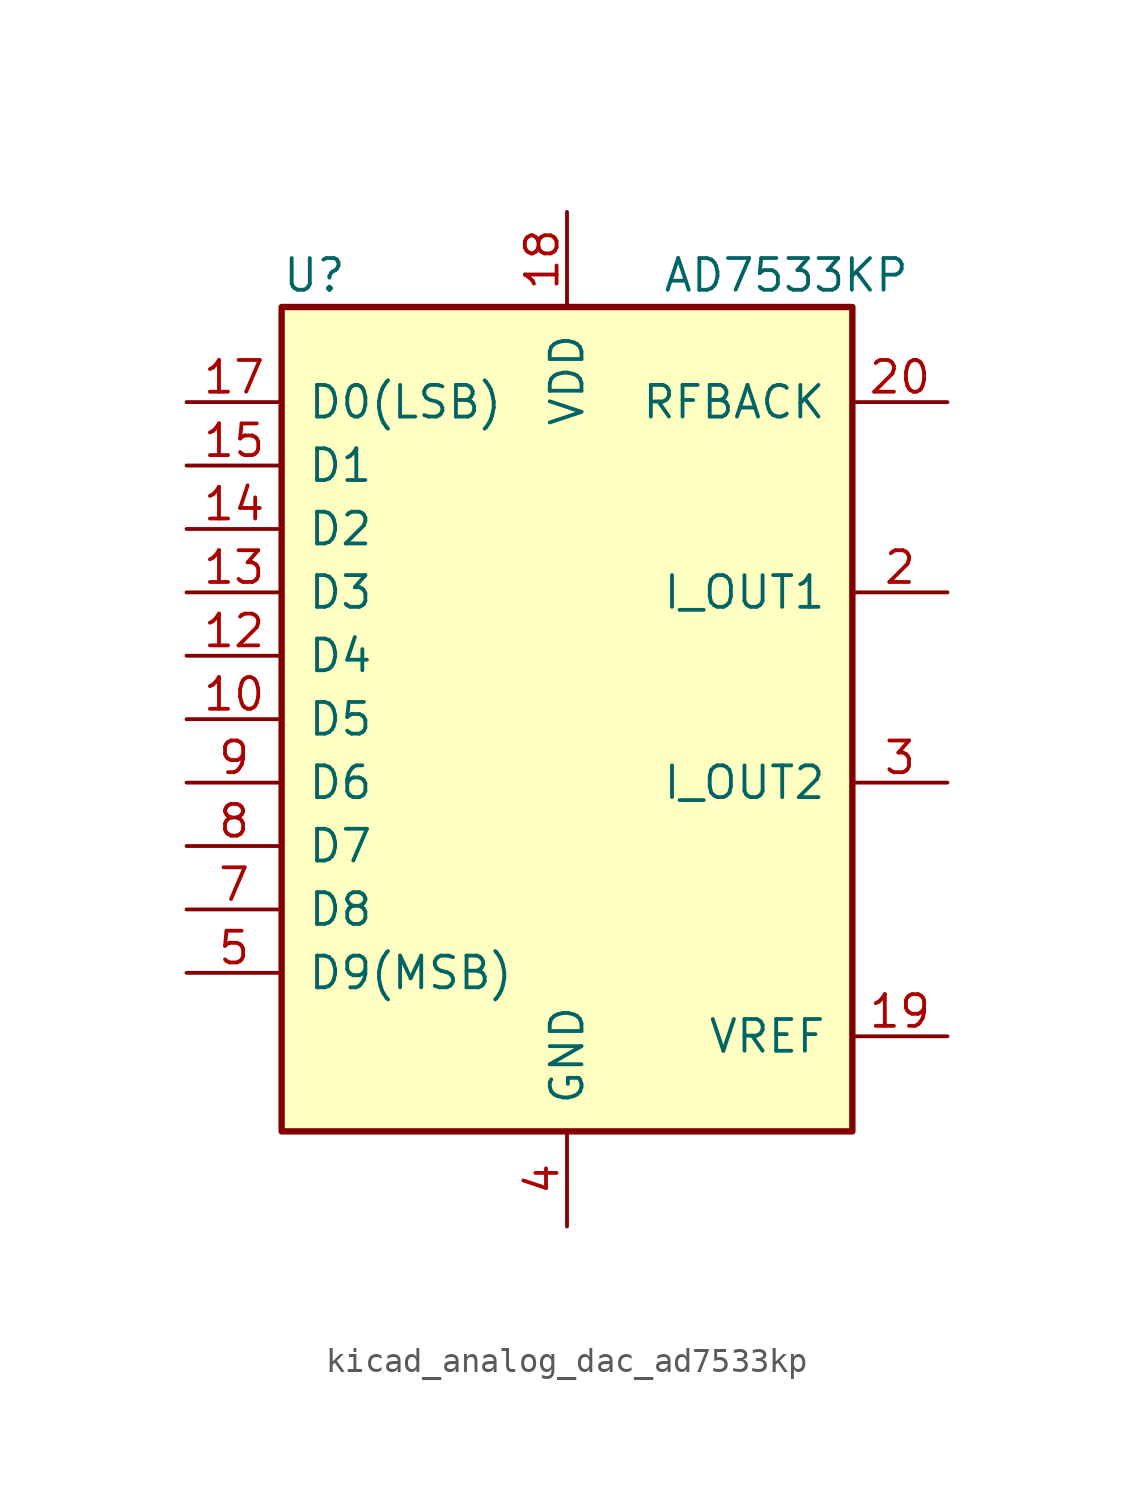
<source format=kicad_sym>
(kicad_symbol_lib
  (version 20220914)
  (generator kicad_symbol_editor)
  (symbol "kicad_analog_dac_ad7533kp"
    (pin_names
      (offset 1.016))
    (property "Reference" "U"
      (at -11.43 17.78 0)
      (effects (font (size 1.27 1.27)) (justify left)))
    (property "Value" "AD7533KP"
      (at 3.81 17.78 0)
      (effects (font (size 1.27 1.27)) (justify left)))
    (symbol "kicad_analog_dac_ad7533kp_0_1"
      (rectangle (start -11.43 -16.51) (end 11.43 16.51) (stroke (width 0.254) (type default)) (fill (type background))))
    (symbol "kicad_analog_dac_ad7533kp_1_1"
      (pin input line (at -15.24 0 0) (length 3.81) (name "D5" (effects (font (size 1.27 1.27)))) (number "10" (effects (font (size 1.27 1.27)))))
      (pin input line (at -15.24 2.54 0) (length 3.81) (name "D4" (effects (font (size 1.27 1.27)))) (number "12" (effects (font (size 1.27 1.27)))))
      (pin input line (at -15.24 5.08 0) (length 3.81) (name "D3" (effects (font (size 1.27 1.27)))) (number "13" (effects (font (size 1.27 1.27)))))
      (pin input line (at -15.24 7.62 0) (length 3.81) (name "D2" (effects (font (size 1.27 1.27)))) (number "14" (effects (font (size 1.27 1.27)))))
      (pin input line (at -15.24 10.16 0) (length 3.81) (name "D1" (effects (font (size 1.27 1.27)))) (number "15" (effects (font (size 1.27 1.27)))))
      (pin input line (at -15.24 12.7 0) (length 3.81) (name "D0(LSB)" (effects (font (size 1.27 1.27)))) (number "17" (effects (font (size 1.27 1.27)))))
      (pin power_in line (at 0 20.32 270) (length 3.81) (name "VDD" (effects (font (size 1.27 1.27)))) (number "18" (effects (font (size 1.27 1.27)))))
      (pin passive line (at 15.24 -12.7 180) (length 3.81) (name "VREF" (effects (font (size 1.27 1.27)))) (number "19" (effects (font (size 1.27 1.27)))))
      (pin passive line (at 15.24 5.08 180) (length 3.81) (name "I_OUT1" (effects (font (size 1.27 1.27)))) (number "2" (effects (font (size 1.27 1.27)))))
      (pin passive line (at 15.24 12.7 180) (length 3.81) (name "RFBACK" (effects (font (size 1.27 1.27)))) (number "20" (effects (font (size 1.27 1.27)))))
      (pin passive line (at 15.24 -2.54 180) (length 3.81) (name "I_OUT2" (effects (font (size 1.27 1.27)))) (number "3" (effects (font (size 1.27 1.27)))))
      (pin power_in line (at 0 -20.32 90) (length 3.81) (name "GND" (effects (font (size 1.27 1.27)))) (number "4" (effects (font (size 1.27 1.27)))))
      (pin input line (at -15.24 -10.16 0) (length 3.81) (name "D9(MSB)" (effects (font (size 1.27 1.27)))) (number "5" (effects (font (size 1.27 1.27)))))
      (pin input line (at -15.24 -7.62 0) (length 3.81) (name "D8" (effects (font (size 1.27 1.27)))) (number "7" (effects (font (size 1.27 1.27)))))
      (pin input line (at -15.24 -5.08 0) (length 3.81) (name "D7" (effects (font (size 1.27 1.27)))) (number "8" (effects (font (size 1.27 1.27)))))
      (pin input line (at -15.24 -2.54 0) (length 3.81) (name "D6" (effects (font (size 1.27 1.27)))) (number "9" (effects (font (size 1.27 1.27))))))))
</source>
